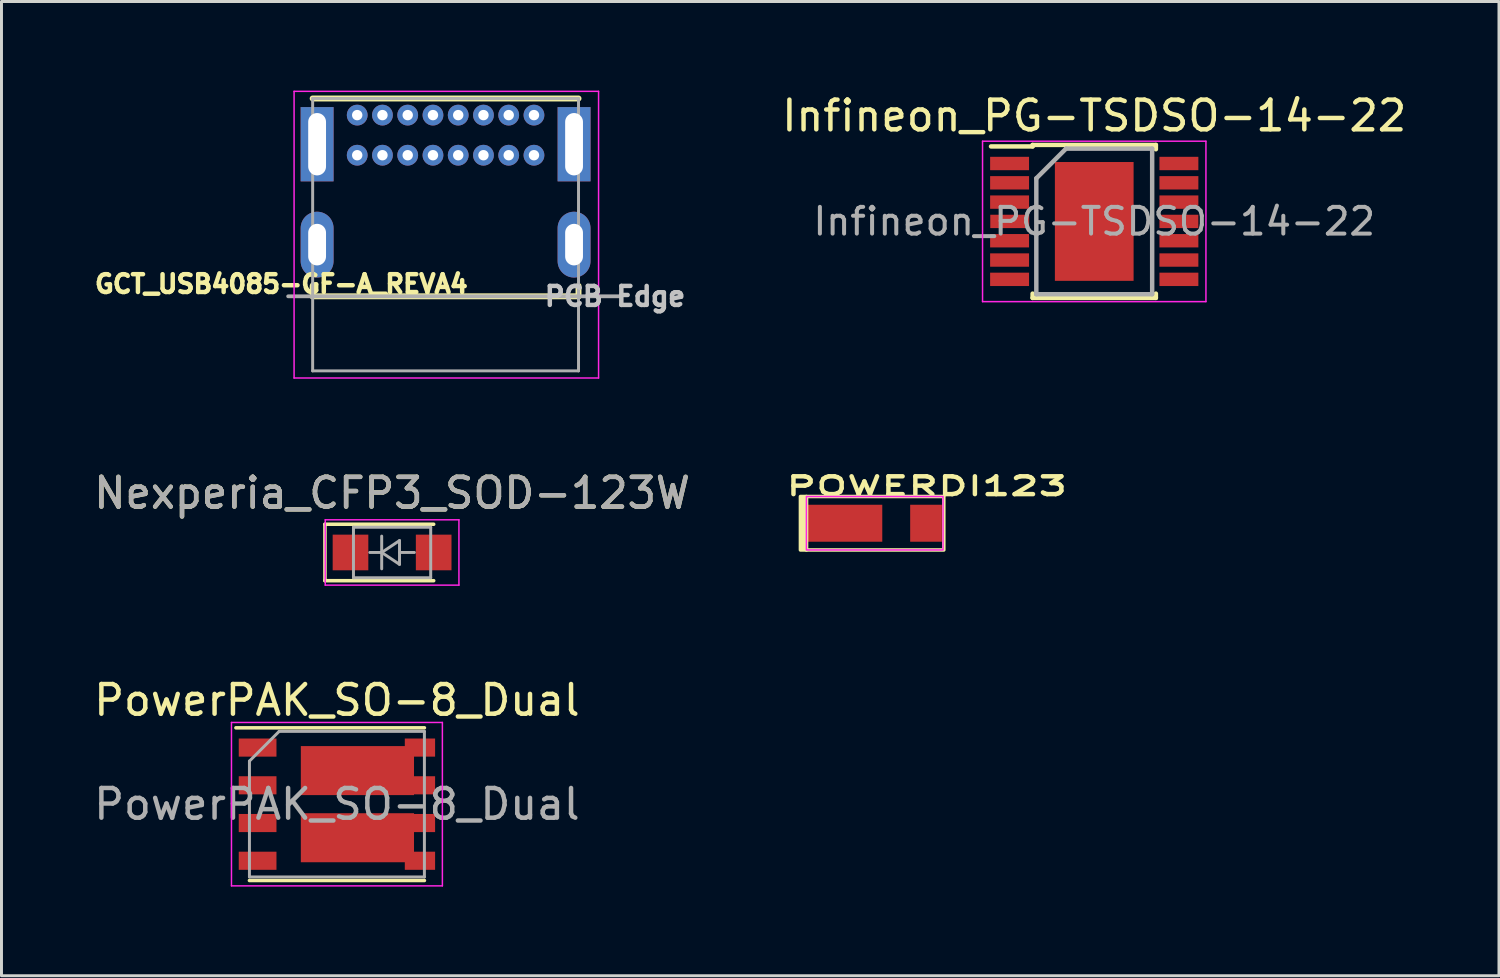
<source format=kicad_pcb>
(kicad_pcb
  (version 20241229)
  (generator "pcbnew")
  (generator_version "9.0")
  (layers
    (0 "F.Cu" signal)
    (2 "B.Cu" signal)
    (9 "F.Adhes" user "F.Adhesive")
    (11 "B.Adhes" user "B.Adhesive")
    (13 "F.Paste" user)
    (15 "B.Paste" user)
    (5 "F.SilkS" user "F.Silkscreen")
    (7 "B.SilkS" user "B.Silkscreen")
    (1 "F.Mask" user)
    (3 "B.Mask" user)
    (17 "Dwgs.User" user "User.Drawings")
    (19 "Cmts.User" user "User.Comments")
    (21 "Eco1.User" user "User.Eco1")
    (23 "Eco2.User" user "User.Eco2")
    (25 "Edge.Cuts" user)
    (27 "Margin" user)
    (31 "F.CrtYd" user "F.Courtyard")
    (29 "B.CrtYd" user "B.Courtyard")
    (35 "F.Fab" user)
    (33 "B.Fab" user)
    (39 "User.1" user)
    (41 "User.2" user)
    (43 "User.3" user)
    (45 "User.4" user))
  (footprint "Infineon_PG-TSDSO-14-22"
    (layer "F.Cu")
    (at 33.786 4.404)
    (property "Reference" "Infineon_PG-TSDSO-14-22" (at 0 -3.556 0) (layer "F.SilkS") (effects (font (size 1 1) (thickness 0.15))))
    (attr smd)
    (fp_line (start -2.075 -2.575) (end -2.075 -2.525) (stroke (width 0.15) (type solid)) (layer "F.SilkS"))
    (fp_line (start -2.075 -2.575) (end 2.075 -2.575) (stroke (width 0.15) (type solid)) (layer "F.SilkS"))
    (fp_line (start -2.075 -2.525) (end -3.475 -2.525) (stroke (width 0.15) (type solid)) (layer "F.SilkS"))
    (fp_line (start -2.075 2.575) (end -2.075 2.43) (stroke (width 0.15) (type solid)) (layer "F.SilkS"))
    (fp_line (start -2.075 2.575) (end 2.075 2.575) (stroke (width 0.15) (type solid)) (layer "F.SilkS"))
    (fp_line (start 2.075 -2.575) (end 2.075 -2.43) (stroke (width 0.15) (type solid)) (layer "F.SilkS"))
    (fp_line (start 2.075 2.575) (end 2.075 2.43) (stroke (width 0.15) (type solid)) (layer "F.SilkS"))
    (fp_line (start -3.76 -2.7) (end -3.76 2.7) (stroke (width 0.05) (type solid)) (layer "F.CrtYd"))
    (fp_line (start -3.76 -2.7) (end 3.76 -2.7) (stroke (width 0.05) (type solid)) (layer "F.CrtYd"))
    (fp_line (start -3.76 2.7) (end 3.76 2.7) (stroke (width 0.05) (type solid)) (layer "F.CrtYd"))
    (fp_line (start 3.76 -2.7) (end 3.76 2.7) (stroke (width 0.05) (type solid)) (layer "F.CrtYd"))
    (fp_line (start -1.95 -1.45) (end -0.95 -2.45) (stroke (width 0.15) (type solid)) (layer "F.Fab"))
    (fp_line (start -1.95 2.45) (end -1.95 -1.45) (stroke (width 0.15) (type solid)) (layer "F.Fab"))
    (fp_line (start -0.95 -2.45) (end 1.95 -2.45) (stroke (width 0.15) (type solid)) (layer "F.Fab"))
    (fp_line (start 1.95 -2.45) (end 1.95 2.45) (stroke (width 0.15) (type solid)) (layer "F.Fab"))
    (fp_line (start 1.95 2.45) (end -1.95 2.45) (stroke (width 0.15) (type solid)) (layer "F.Fab"))
    (fp_text user "${REFERENCE}" (at 0 0 0) (layer "F.Fab") (effects (font (size 0.9 0.9) (thickness 0.135))))
    (pad "" smd rect (at 0 -1.075) (size 2.65 1.85) (layers "F.Paste"))
    (pad "" smd rect (at 0 1.075) (size 2.65 1.85) (layers "F.Paste"))
    (pad "1" smd rect (at -2.85 -1.95) (size 1.31 0.45) (layers "F.Cu" "F.Mask" "F.Paste"))
    (pad "2" smd rect (at -2.85 -1.3) (size 1.31 0.45) (layers "F.Cu" "F.Mask" "F.Paste"))
    (pad "3" smd rect (at -2.85 -0.65) (size 1.31 0.45) (layers "F.Cu" "F.Mask" "F.Paste"))
    (pad "4" smd rect (at -2.845 0) (size 1.31 0.45) (layers "F.Cu" "F.Mask" "F.Paste"))
    (pad "5" smd rect (at -2.85 0.65) (size 1.31 0.45) (layers "F.Cu" "F.Mask" "F.Paste"))
    (pad "6" smd rect (at -2.85 1.3) (size 1.31 0.45) (layers "F.Cu" "F.Mask" "F.Paste"))
    (pad "7" smd rect (at -2.85 1.95) (size 1.31 0.45) (layers "F.Cu" "F.Mask" "F.Paste"))
    (pad "8" smd rect (at 2.85 1.95) (size 1.31 0.45) (layers "F.Cu" "F.Mask" "F.Paste"))
    (pad "9" smd rect (at 2.85 1.3) (size 1.31 0.45) (layers "F.Cu" "F.Mask" "F.Paste"))
    (pad "10" smd rect (at 2.85 0.65) (size 1.31 0.45) (layers "F.Cu" "F.Mask" "F.Paste"))
    (pad "11" smd rect (at 2.85 0) (size 1.31 0.45) (layers "F.Cu" "F.Mask" "F.Paste"))
    (pad "12" smd rect (at 2.85 -0.65) (size 1.31 0.45) (layers "F.Cu" "F.Mask" "F.Paste"))
    (pad "13" smd rect (at 2.85 -1.3) (size 1.31 0.45) (layers "F.Cu" "F.Mask" "F.Paste"))
    (pad "14" smd rect (at 2.85 -1.95) (size 1.31 0.45) (layers "F.Cu" "F.Mask" "F.Paste"))
    (pad "15" smd rect (at 0 0) (size 2.65 4) (layers "F.Cu" "F.Mask")))
  (footprint "POWERDI123"
    (layer "F.Cu")
    (at 26.396 14.564)
    (property "Reference" "POWERDI123" (at 1.75 -1.25 180) (layer "F.SilkS") (effects (font (size 0.6 1.002) (thickness 0.15))))
    (attr smd)
    (fp_rect (start -2.3 0.9) (end -2.5 -0.9) (stroke (width 0.12) (type solid)) (fill yes) (layer "F.SilkS"))
    (fp_rect (start -2.3 0.9) (end 2.325 -0.9) (stroke (width 0.12) (type solid)) (fill no) (layer "F.SilkS"))
    (fp_rect (start -2.3 0.9) (end 2.3 -0.9) (stroke (width 0.05) (type solid)) (fill no) (layer "F.CrtYd"))
    (pad "A" smd rect (at 1.727 0) (size 1.067 1.245) (layers "F.Cu" "F.Mask" "F.Paste"))
    (pad "K" smd rect (at -1.003 0) (size 2.515 1.245) (layers "F.Cu" "F.Mask" "F.Paste")))
  (footprint "GCT_USB4085-GF-A_REVA4"
    (layer "F.Cu")
    (at 8.975 0.825)
    (property "Reference" "GCT_USB4085-GF-A_REVA4" (at -2.553 5.685 180) (layer "F.SilkS") (effects (font (size 0.6 0.6) (thickness 0.15))))
    (attr through_hole)
    (fp_line (start -1.5 -0.56) (end 7.45 -0.56) (stroke (width 0.2) (type solid)) (layer "F.SilkS"))
    (fp_line (start -1.5 5.75) (end -1.5 6.1) (stroke (width 0.2) (type solid)) (layer "F.SilkS"))
    (fp_line (start -1.5 6.1) (end 7.45 6.1) (stroke (width 0.2) (type solid)) (layer "F.SilkS"))
    (fp_line (start 7.45 6.1) (end 7.45 5.75) (stroke (width 0.2) (type solid)) (layer "F.SilkS"))
    (fp_line (start -2.125 -0.8) (end 8.125 -0.8) (stroke (width 0.05) (type solid)) (layer "F.CrtYd"))
    (fp_line (start -2.125 8.85) (end -2.125 -0.8) (stroke (width 0.05) (type solid)) (layer "F.CrtYd"))
    (fp_line (start 8.125 -0.8) (end 8.125 8.85) (stroke (width 0.05) (type solid)) (layer "F.CrtYd"))
    (fp_line (start 8.125 8.85) (end -2.125 8.85) (stroke (width 0.05) (type solid)) (layer "F.CrtYd"))
    (fp_line (start -2.325 6.1) (end 8.875 6.1) (stroke (width 0.127) (type solid)) (layer "F.Fab"))
    (fp_line (start -1.5 -0.56) (end 7.45 -0.56) (stroke (width 0.1) (type solid)) (layer "F.Fab"))
    (fp_line (start -1.5 8.61) (end -1.5 -0.56) (stroke (width 0.1) (type solid)) (layer "F.Fab"))
    (fp_line (start 7.45 -0.56) (end 7.45 8.61) (stroke (width 0.1) (type solid)) (layer "F.Fab"))
    (fp_line (start 7.45 8.61) (end -1.5 8.61) (stroke (width 0.1) (type solid)) (layer "F.Fab"))
    (fp_text user "PCB Edge" (at 8.678 6.101 180) (layer "Dwgs.User") (effects (font (size 0.64 0.64) (thickness 0.15))))
    (pad "A1" thru_hole circle (at 0 0) (size 0.7 0.7) (drill 0.35) (layers "*.Cu" "*.Mask"))
    (pad "A4" thru_hole circle (at 0.85 0) (size 0.7 0.7) (drill 0.35) (layers "*.Cu" "*.Mask"))
    (pad "A5" thru_hole circle (at 1.7 0) (size 0.7 0.7) (drill 0.35) (layers "*.Cu" "*.Mask"))
    (pad "A6" thru_hole circle (at 2.55 0) (size 0.7 0.7) (drill 0.35) (layers "*.Cu" "*.Mask"))
    (pad "A7" thru_hole circle (at 3.4 0) (size 0.7 0.7) (drill 0.35) (layers "*.Cu" "*.Mask"))
    (pad "A8" thru_hole circle (at 4.25 0) (size 0.7 0.7) (drill 0.35) (layers "*.Cu" "*.Mask"))
    (pad "A9" thru_hole circle (at 5.1 0) (size 0.7 0.7) (drill 0.35) (layers "*.Cu" "*.Mask"))
    (pad "A12" thru_hole circle (at 5.95 0) (size 0.7 0.7) (drill 0.35) (layers "*.Cu" "*.Mask"))
    (pad "B1" thru_hole circle (at 5.95 1.35) (size 0.7 0.7) (drill 0.35) (layers "*.Cu" "*.Mask"))
    (pad "B4" thru_hole circle (at 5.1 1.35) (size 0.7 0.7) (drill 0.35) (layers "*.Cu" "*.Mask"))
    (pad "B5" thru_hole circle (at 4.25 1.35) (size 0.7 0.7) (drill 0.35) (layers "*.Cu" "*.Mask"))
    (pad "B6" thru_hole circle (at 3.4 1.35) (size 0.7 0.7) (drill 0.35) (layers "*.Cu" "*.Mask"))
    (pad "B7" thru_hole circle (at 2.55 1.35) (size 0.7 0.7) (drill 0.35) (layers "*.Cu" "*.Mask"))
    (pad "B8" thru_hole circle (at 1.7 1.35) (size 0.7 0.7) (drill 0.35) (layers "*.Cu" "*.Mask"))
    (pad "B9" thru_hole circle (at 0.85 1.35) (size 0.7 0.7) (drill 0.35) (layers "*.Cu" "*.Mask"))
    (pad "B12" thru_hole circle (at 0 1.35) (size 0.7 0.7) (drill 0.35) (layers "*.Cu" "*.Mask"))
    (pad "P1" thru_hole rect (at -1.35 0.98) (size 1.108 2.5) (drill oval 0.6 2.1) (layers "*.Cu" "*.Mask"))
    (pad "P2" thru_hole rect (at 7.3 0.98) (size 1.108 2.5) (drill oval 0.6 2.1) (layers "*.Cu" "*.Mask"))
    (pad "P3" thru_hole oval (at 7.3 4.36) (size 1.108 2.216) (drill oval 0.6 1.4) (layers "*.Cu" "*.Mask"))
    (pad "P4" thru_hole oval (at -1.35 4.36) (size 1.108 2.216) (drill oval 0.6 1.4) (layers "*.Cu" "*.Mask"))
    (zone (net_name "") (layers "F.Cu" "B.Cu") (hatch edge 0.508) (connect_pads) (min_thickness 0.254) (filled_areas_thickness no) (keepout (tracks allowed) (vias allowed) (pads allowed) (copperpour not_allowed) (footprints allowed)) (placement (enabled no)) (fill) (polygon (pts (xy 7.05 3.05) (xy 6.95 3.05) (xy 6.95 0.55) (xy 7.05 0.55))))
    (zone (net_name "") (layers "F.Cu" "B.Cu") (hatch edge 0.508) (connect_pads) (min_thickness 0.254) (filled_areas_thickness no) (keepout (tracks allowed) (vias allowed) (pads allowed) (copperpour not_allowed) (footprints allowed)) (placement (enabled no)) (fill) (polygon (pts (xy 8.15 0.45) (xy 7.35 0.45) (xy 7.35 0.35) (xy 8.15 0.35))))
    (zone (net_name "") (layers "F.Cu" "B.Cu") (hatch edge 0.508) (connect_pads) (min_thickness 0.254) (filled_areas_thickness no) (keepout (tracks allowed) (vias allowed) (pads allowed) (copperpour not_allowed) (footprints allowed)) (placement (enabled no)) (fill) (polygon (pts (xy 8.15 3.25) (xy 7.35 3.25) (xy 7.35 3.15) (xy 8.15 3.15))))
    (zone (net_name "") (layers "F.Cu" "B.Cu") (hatch edge 0.508) (connect_pads) (min_thickness 0.254) (filled_areas_thickness no) (keepout (tracks allowed) (vias allowed) (pads allowed) (copperpour not_allowed) (footprints allowed)) (placement (enabled no)) (fill) (polygon (pts (xy 16.55 0.45) (xy 15.75 0.45) (xy 15.75 0.35) (xy 16.55 0.35))))
    (zone (net_name "") (layers "F.Cu" "B.Cu") (hatch edge 0.508) (connect_pads) (min_thickness 0.254) (filled_areas_thickness no) (keepout (tracks allowed) (vias allowed) (pads allowed) (copperpour not_allowed) (footprints allowed)) (placement (enabled no)) (fill) (polygon (pts (xy 16.55 3.25) (xy 15.75 3.25) (xy 15.75 3.15) (xy 16.55 3.15))))
    (zone (net_name "") (layers "F.Cu" "B.Cu") (hatch edge 0.508) (connect_pads) (min_thickness 0.254) (filled_areas_thickness no) (keepout (tracks allowed) (vias allowed) (pads allowed) (copperpour not_allowed) (footprints allowed)) (placement (enabled no)) (fill) (polygon (pts (xy 16.95 3.05) (xy 16.85 3.05) (xy 16.85 0.55) (xy 16.95 0.55)))))
  (footprint "PowerPAK_SO-8_Dual"
    (layer "F.Cu")
    (at 8.292 24.021)
    (property "Reference" "PowerPAK_SO-8_Dual" (at 0 -3.5 0) (layer "F.SilkS") (effects (font (size 1 1) (thickness 0.15))))
    (attr smd)
    (fp_line (start -3.4 -2.57) (end 2.945 -2.57) (stroke (width 0.12) (type solid)) (layer "F.SilkS"))
    (fp_line (start -2.945 2.57) (end 2.945 2.57) (stroke (width 0.12) (type solid)) (layer "F.SilkS"))
    (fp_line (start -3.55 -2.75) (end -3.55 2.75) (stroke (width 0.05) (type solid)) (layer "F.CrtYd"))
    (fp_line (start -3.55 -2.75) (end 3.55 -2.75) (stroke (width 0.05) (type solid)) (layer "F.CrtYd"))
    (fp_line (start -3.55 2.75) (end 3.55 2.75) (stroke (width 0.05) (type solid)) (layer "F.CrtYd"))
    (fp_line (start 3.55 -2.75) (end 3.55 2.75) (stroke (width 0.05) (type solid)) (layer "F.CrtYd"))
    (fp_line (start -2.945 2.45) (end -2.945 -1.45) (stroke (width 0.1) (type solid)) (layer "F.Fab"))
    (fp_line (start -1.945 -2.45) (end -2.945 -1.45) (stroke (width 0.1) (type solid)) (layer "F.Fab"))
    (fp_line (start -1.945 -2.45) (end 2.945 -2.45) (stroke (width 0.1) (type solid)) (layer "F.Fab"))
    (fp_line (start 2.945 -2.45) (end 2.945 2.45) (stroke (width 0.1) (type solid)) (layer "F.Fab"))
    (fp_line (start 2.945 2.45) (end -2.945 2.45) (stroke (width 0.1) (type solid)) (layer "F.Fab"))
    (fp_text user "${REFERENCE}" (at 0 0 0) (layer "F.Fab") (effects (font (size 1 1) (thickness 0.15))))
    (pad "1" smd rect (at -2.67 -1.905) (size 1.27 0.61) (layers "F.Cu" "F.Mask" "F.Paste"))
    (pad "2" smd rect (at -2.67 -0.635) (size 1.27 0.61) (layers "F.Cu" "F.Mask" "F.Paste"))
    (pad "3" smd rect (at -2.67 0.635) (size 1.27 0.61) (layers "F.Cu" "F.Mask" "F.Paste"))
    (pad "4" smd rect (at -2.67 1.905) (size 1.27 0.61) (layers "F.Cu" "F.Mask" "F.Paste"))
    (pad "5" smd rect (at 0.69 -1.13) (size 3.81 1.65) (layers "F.Cu" "F.Mask" "F.Paste"))
    (pad "5" smd rect (at 2.795 -1.905) (size 1.02 0.61) (layers "F.Cu" "F.Mask" "F.Paste"))
    (pad "5" smd rect (at 2.795 -0.635) (size 1.02 0.61) (layers "F.Cu" "F.Mask" "F.Paste"))
    (pad "6" smd rect (at 0.69 1.13) (size 3.81 1.65) (layers "F.Cu" "F.Mask" "F.Paste"))
    (pad "6" smd rect (at 2.795 0.635) (size 1.02 0.61) (layers "F.Cu" "F.Mask" "F.Paste"))
    (pad "6" smd rect (at 2.795 1.905) (size 1.02 0.61) (layers "F.Cu" "F.Mask" "F.Paste")))
  (footprint "Nexperia_CFP3_SOD-123W"
    (layer "F.Cu")
    (at 10.149 15.548)
    (property "Reference" "Nexperia_CFP3_SOD-123W" (at 0 -2 0) (layer "F.SilkS") (effects (font (size 1 1) (thickness 0.15))))
    (attr smd)
    (fp_line (start -2.26 -0.95) (end -2.26 0.95) (stroke (width 0.12) (type solid)) (layer "F.SilkS"))
    (fp_line (start -2.26 -0.95) (end 1.4 -0.95) (stroke (width 0.12) (type solid)) (layer "F.SilkS"))
    (fp_line (start -2.26 0.95) (end 1.4 0.95) (stroke (width 0.12) (type solid)) (layer "F.SilkS"))
    (fp_line (start -2.25 -1.1) (end -2.25 1.1) (stroke (width 0.05) (type solid)) (layer "F.CrtYd"))
    (fp_line (start -2.25 -1.1) (end 2.25 -1.1) (stroke (width 0.05) (type solid)) (layer "F.CrtYd"))
    (fp_line (start 2.25 -1.1) (end 2.25 1.1) (stroke (width 0.05) (type solid)) (layer "F.CrtYd"))
    (fp_line (start 2.25 1.1) (end -2.25 1.1) (stroke (width 0.05) (type solid)) (layer "F.CrtYd"))
    (fp_line (start -1.3 -0.85) (end 1.3 -0.85) (stroke (width 0.1) (type solid)) (layer "F.Fab"))
    (fp_line (start -1.3 0.85) (end -1.3 -0.85) (stroke (width 0.1) (type solid)) (layer "F.Fab"))
    (fp_line (start -0.75 0) (end -0.35 0) (stroke (width 0.1) (type solid)) (layer "F.Fab"))
    (fp_line (start -0.35 -0.55) (end -0.35 0.55) (stroke (width 0.1) (type solid)) (layer "F.Fab"))
    (fp_line (start -0.35 0) (end 0.25 -0.4) (stroke (width 0.1) (type solid)) (layer "F.Fab"))
    (fp_line (start -0.35 0) (end 0.25 0.4) (stroke (width 0.1) (type solid)) (layer "F.Fab"))
    (fp_line (start 0.25 -0.4) (end 0.25 0.4) (stroke (width 0.1) (type solid)) (layer "F.Fab"))
    (fp_line (start 0.75 0) (end 0.25 0) (stroke (width 0.1) (type solid)) (layer "F.Fab"))
    (fp_line (start 1.3 -0.85) (end 1.3 0.85) (stroke (width 0.1) (type solid)) (layer "F.Fab"))
    (fp_line (start 1.3 0.85) (end -1.3 0.85) (stroke (width 0.1) (type solid)) (layer "F.Fab"))
    (fp_text user "${REFERENCE}" (at 0 -2 0) (layer "F.Fab") (effects (font (size 1 1) (thickness 0.15))))
    (pad "A" smd rect (at 1.4 0) (size 1.2 1.2) (layers "F.Cu" "F.Mask" "F.Paste"))
    (pad "K" smd rect (at -1.4 0) (size 1.2 1.2) (layers "F.Cu" "F.Mask" "F.Paste")))
  (gr_rect
    (start -3 -3)
    (end 47.411 29.797)
    (stroke (width 0.1) (type default))
    (fill no)
    (layer "Edge.Cuts")))
</source>
